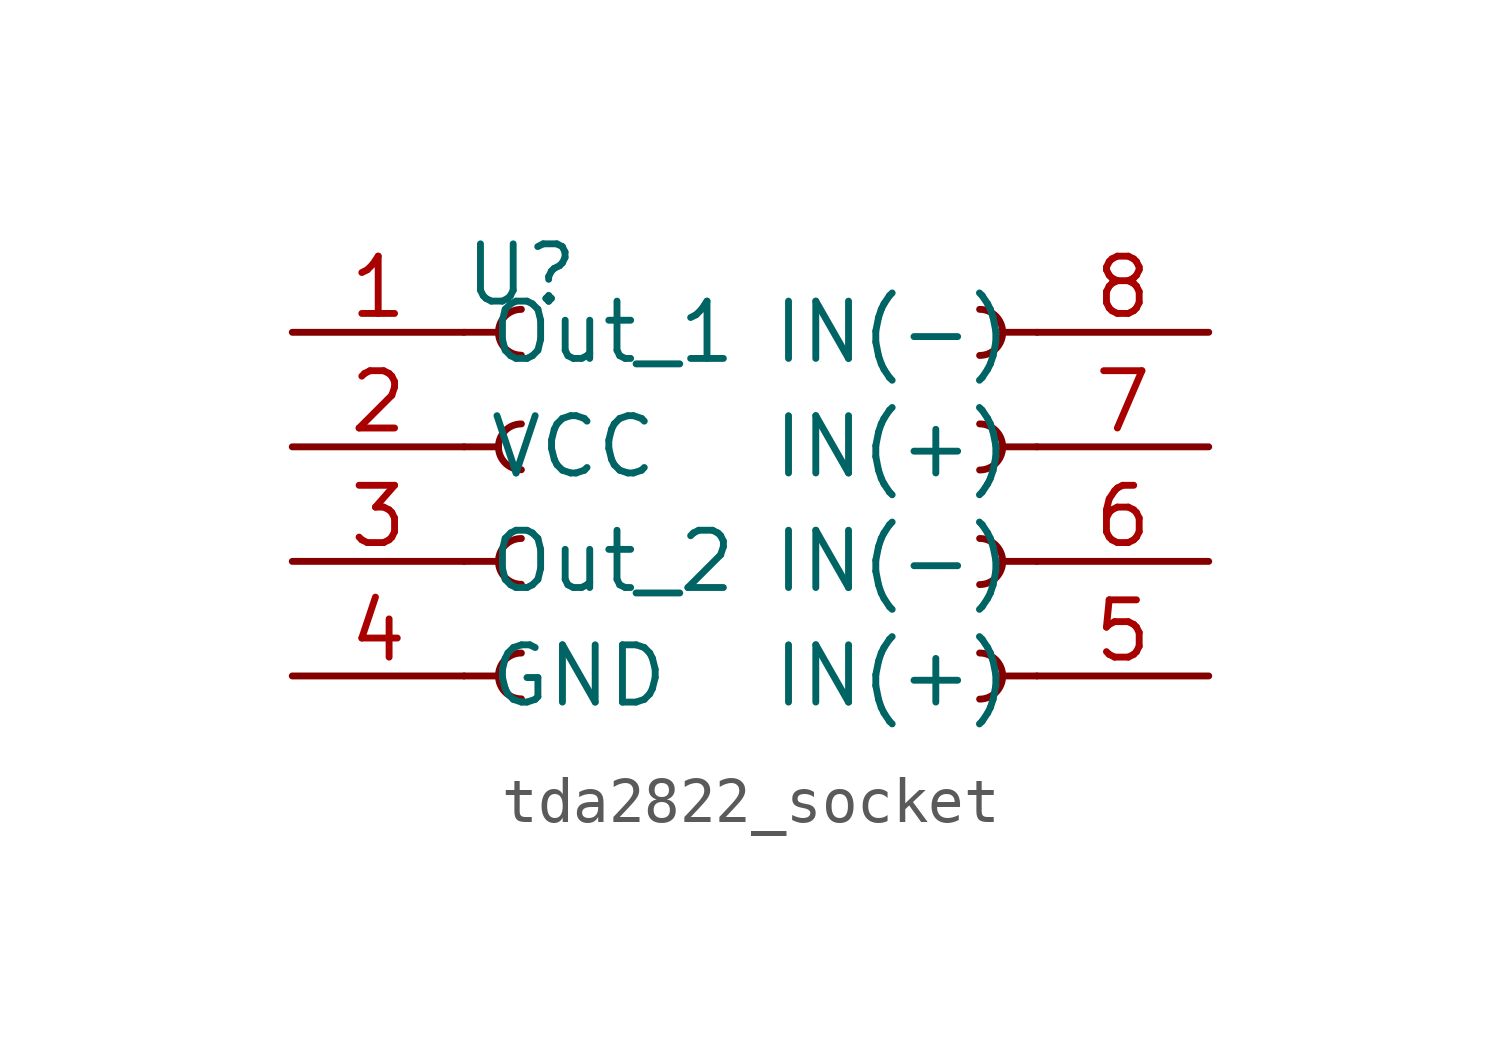
<source format=kicad_sym>
(kicad_symbol_lib
  (version 20231120)
  (generator "kicad_symbol_editor")
  (generator_version "8.0")
  (symbol "tda2822_socket"
    (property "Reference" "U"
      (at 0 0 0)
      (effects (font (size 1.27 1.27))))
    (property "Value" ""
      (at 0 0 0)
      (effects (font (size 1.27 1.27))))
    (symbol "tda2822_socket_1_1"
      (arc (start 0 -8.382) (mid -0.5058 -8.89) (end 0 -9.398) (stroke (width 0.1524) (type default)) (fill (type none)))
      (arc (start 0 -5.842) (mid -0.5058 -6.35) (end 0 -6.858) (stroke (width 0.1524) (type default)) (fill (type none)))
      (arc (start 0 -3.302) (mid -0.5058 -3.81) (end 0 -4.318) (stroke (width 0.1524) (type default)) (fill (type none)))
      (arc (start 0 -0.762) (mid -0.5058 -1.27) (end 0 -1.778) (stroke (width 0.1524) (type default)) (fill (type none)))
      (polyline (pts (xy -1.27 -8.89) (xy -0.508 -8.89)) (stroke (width 0.152) (type default)) (fill (type none)))
      (polyline (pts (xy -1.27 -6.35) (xy -0.508 -6.35)) (stroke (width 0.152) (type default)) (fill (type none)))
      (polyline (pts (xy -1.27 -3.81) (xy -0.508 -3.81)) (stroke (width 0.152) (type default)) (fill (type none)))
      (polyline (pts (xy -1.27 -1.27) (xy -0.508 -1.27)) (stroke (width 0.152) (type default)) (fill (type none)))
      (polyline (pts (xy 11.43 -8.89) (xy 10.668 -8.89)) (stroke (width 0.152) (type default)) (fill (type none)))
      (polyline (pts (xy 11.43 -6.35) (xy 10.668 -6.35)) (stroke (width 0.152) (type default)) (fill (type none)))
      (polyline (pts (xy 11.43 -3.81) (xy 10.668 -3.81)) (stroke (width 0.152) (type default)) (fill (type none)))
      (polyline (pts (xy 11.43 -1.27) (xy 10.668 -1.27)) (stroke (width 0.152) (type default)) (fill (type none)))
      (arc (start 10.16 -9.398) (mid 10.6658 -8.89) (end 10.16 -8.382) (stroke (width 0.1524) (type default)) (fill (type none)))
      (arc (start 10.16 -6.858) (mid 10.6658 -6.35) (end 10.16 -5.842) (stroke (width 0.1524) (type default)) (fill (type none)))
      (arc (start 10.16 -4.318) (mid 10.6658 -3.81) (end 10.16 -3.302) (stroke (width 0.1524) (type default)) (fill (type none)))
      (arc (start 10.16 -1.778) (mid 10.6658 -1.27) (end 10.16 -0.762) (stroke (width 0.1524) (type default)) (fill (type none)))
      (pin passive line (at -5.08 -1.27 0) (length 3.81) (name "Out_1" (effects (font (size 1.27 1.27)))) (number "1" (effects (font (size 1.27 1.27)))))
      (pin passive line (at -5.08 -3.81 0) (length 3.81) (name "VCC" (effects (font (size 1.27 1.27)))) (number "2" (effects (font (size 1.27 1.27)))))
      (pin passive line (at -5.08 -6.35 0) (length 3.81) (name "Out_2" (effects (font (size 1.27 1.27)))) (number "3" (effects (font (size 1.27 1.27)))))
      (pin passive line (at -5.08 -8.89 0) (length 3.81) (name "GND" (effects (font (size 1.27 1.27)))) (number "4" (effects (font (size 1.27 1.27)))))
      (pin passive line (at 15.24 -8.89 180) (length 3.81) (name "IN(+)" (effects (font (size 1.27 1.27)))) (number "5" (effects (font (size 1.27 1.27)))))
      (pin passive line (at 15.24 -6.35 180) (length 3.81) (name "IN(-)" (effects (font (size 1.27 1.27)))) (number "6" (effects (font (size 1.27 1.27)))))
      (pin passive line (at 15.24 -3.81 180) (length 3.81) (name "IN(+)" (effects (font (size 1.27 1.27)))) (number "7" (effects (font (size 1.27 1.27)))))
      (pin passive line (at 15.24 -1.27 180) (length 3.81) (name "IN(-)" (effects (font (size 1.27 1.27)))) (number "8" (effects (font (size 1.27 1.27))))))))
</source>
